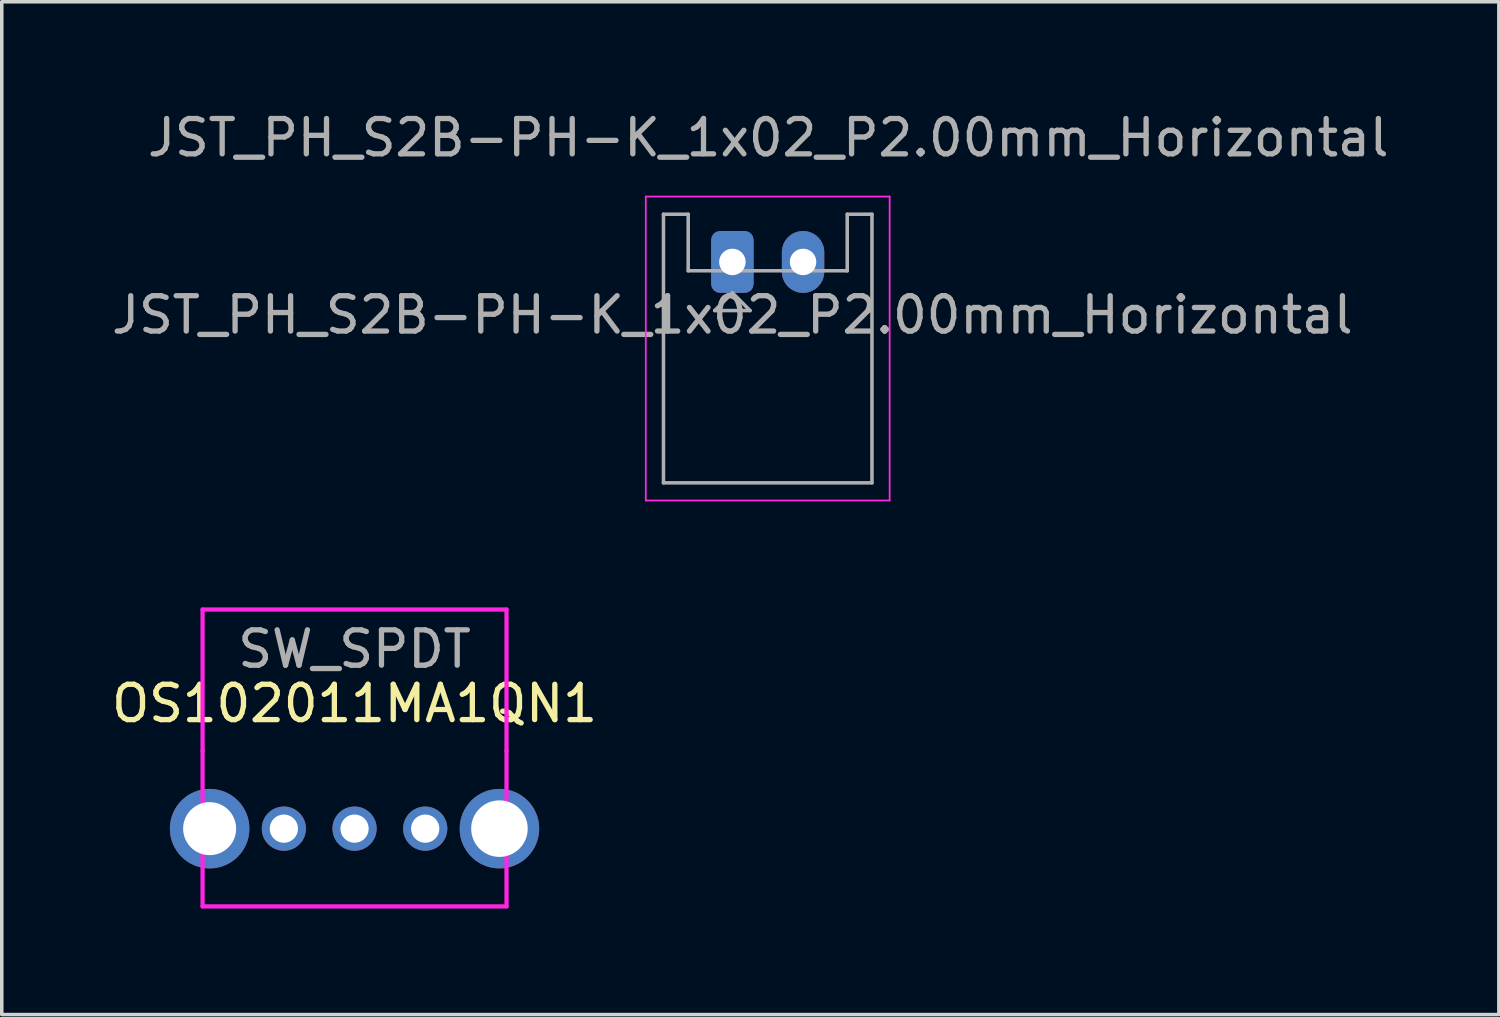
<source format=kicad_pcb>
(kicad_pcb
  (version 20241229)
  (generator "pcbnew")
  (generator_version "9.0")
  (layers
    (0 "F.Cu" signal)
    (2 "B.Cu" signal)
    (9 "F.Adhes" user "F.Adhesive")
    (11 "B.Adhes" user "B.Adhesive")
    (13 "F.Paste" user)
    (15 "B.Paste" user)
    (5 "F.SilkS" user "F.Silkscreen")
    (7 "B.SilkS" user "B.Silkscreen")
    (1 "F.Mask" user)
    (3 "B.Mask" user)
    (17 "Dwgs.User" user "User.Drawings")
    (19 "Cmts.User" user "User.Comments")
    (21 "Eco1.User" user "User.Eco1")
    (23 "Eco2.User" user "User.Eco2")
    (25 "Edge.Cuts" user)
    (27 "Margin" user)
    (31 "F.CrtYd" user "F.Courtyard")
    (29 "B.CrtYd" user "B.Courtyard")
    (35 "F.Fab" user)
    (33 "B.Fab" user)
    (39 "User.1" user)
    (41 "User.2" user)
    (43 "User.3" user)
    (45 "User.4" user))
  (footprint "JST_PH_S2B-PH-K_1x02_P2.00mm_Horizontal"
    (layer "F.Cu")
    (at 18.689 6.648)
    (property "Reference" "JST_PH_S2B-PH-K_1x02_P2.00mm_Horizontal" (at 0 -5.8 0) (layer "F.Fab") (effects (font (size 1 1) (thickness 0.15))))
    (attr through_hole)
    (fp_line (start -3.466 -4.136) (end -3.466 4.464) (stroke (width 0.05) (type solid)) (layer "F.CrtYd"))
    (fp_line (start -3.466 4.464) (end 3.434 4.464) (stroke (width 0.05) (type solid)) (layer "F.CrtYd"))
    (fp_line (start 3.434 -4.136) (end -3.466 -4.136) (stroke (width 0.05) (type solid)) (layer "F.CrtYd"))
    (fp_line (start 3.434 4.464) (end 3.434 -4.136) (stroke (width 0.05) (type solid)) (layer "F.CrtYd"))
    (fp_line (start -2.966 -3.636) (end -2.966 3.964) (stroke (width 0.1) (type solid)) (layer "F.Fab"))
    (fp_line (start -2.966 3.964) (end 2.934 3.964) (stroke (width 0.1) (type solid)) (layer "F.Fab"))
    (fp_line (start -2.266 -3.636) (end -2.966 -3.636) (stroke (width 0.1) (type solid)) (layer "F.Fab"))
    (fp_line (start -2.266 -2.036) (end -2.266 -3.636) (stroke (width 0.1) (type solid)) (layer "F.Fab"))
    (fp_line (start -1.516 -0.911) (end -0.516 -0.911) (stroke (width 0.1) (type solid)) (layer "F.Fab"))
    (fp_line (start -1.016 -1.411) (end -1.516 -0.911) (stroke (width 0.1) (type solid)) (layer "F.Fab"))
    (fp_line (start -0.516 -0.911) (end -1.016 -1.411) (stroke (width 0.1) (type solid)) (layer "F.Fab"))
    (fp_line (start 2.234 -3.636) (end 2.234 -2.036) (stroke (width 0.1) (type solid)) (layer "F.Fab"))
    (fp_line (start 2.234 -2.036) (end -2.266 -2.036) (stroke (width 0.1) (type solid)) (layer "F.Fab"))
    (fp_line (start 2.934 -3.636) (end 2.234 -3.636) (stroke (width 0.1) (type solid)) (layer "F.Fab"))
    (fp_line (start 2.934 3.964) (end 2.934 -3.636) (stroke (width 0.1) (type solid)) (layer "F.Fab"))
    (fp_text user "${REFERENCE}" (at -1.016 -0.786 0) (layer "F.Fab") (effects (font (size 1 1) (thickness 0.15))))
    (pad "1" thru_hole roundrect (at -1.016 -2.286) (size 1.2 1.75) (drill 0.75) (layers "*.Cu" "*.Mask") (roundrect_rratio 0.208))
    (pad "2" thru_hole oval (at 0.984 -2.286) (size 1.2 1.75) (drill 0.75) (layers "*.Cu" "*.Mask")))
  (footprint "OS102011MA1QN1"
    (layer "F.Cu")
    (at 6.982 19.397)
    (property "Reference" "OS102011MA1QN1" (at 0 -2.54 0) (layer "F.SilkS") (effects (font (size 1 1) (thickness 0.15))))
    (attr through_hole)
    (fp_line (start -4.3 -5.2) (end 4.3 -5.2) (stroke (width 0.12) (type solid)) (layer "F.CrtYd"))
    (fp_line (start -4.3 -1.2) (end -4.3 -5.2) (stroke (width 0.12) (type solid)) (layer "F.CrtYd"))
    (fp_line (start -4.3 3.2) (end -4.3 -1.2) (stroke (width 0.12) (type solid)) (layer "F.CrtYd"))
    (fp_line (start -4.3 3.2) (end 4.3 3.2) (stroke (width 0.12) (type solid)) (layer "F.CrtYd"))
    (fp_line (start 4.3 -5.2) (end 4.3 -1.2) (stroke (width 0.12) (type solid)) (layer "F.CrtYd"))
    (fp_line (start 4.3 3.2) (end 4.3 -1.2) (stroke (width 0.12) (type solid)) (layer "F.CrtYd"))
    (fp_text user "SW_SPDT" (at 0 -4.08 0) (layer "F.Fab") (effects (font (size 1 1) (thickness 0.15))))
    (pad "" thru_hole circle (at -4.1 1) (size 2.25 2.25) (drill 1.5) (layers "*.Cu" "*.Mask"))
    (pad "0" thru_hole circle (at 4.1 1) (size 2.25 2.25) (drill 1.6) (layers "*.Cu" "*.Mask"))
    (pad "1" thru_hole circle (at -2 1) (size 1.25 1.25) (drill 0.8) (layers "*.Cu" "*.Mask"))
    (pad "2" thru_hole circle (at 0 1) (size 1.25 1.25) (drill 0.8) (layers "*.Cu" "*.Mask"))
    (pad "3" thru_hole circle (at 2 1) (size 1.25 1.25) (drill 0.8) (layers "*.Cu" "*.Mask")))
  (gr_rect
    (start -3 -3)
    (end 39.361 25.657)
    (stroke (width 0.1) (type default))
    (fill no)
    (layer "Edge.Cuts")))
</source>
